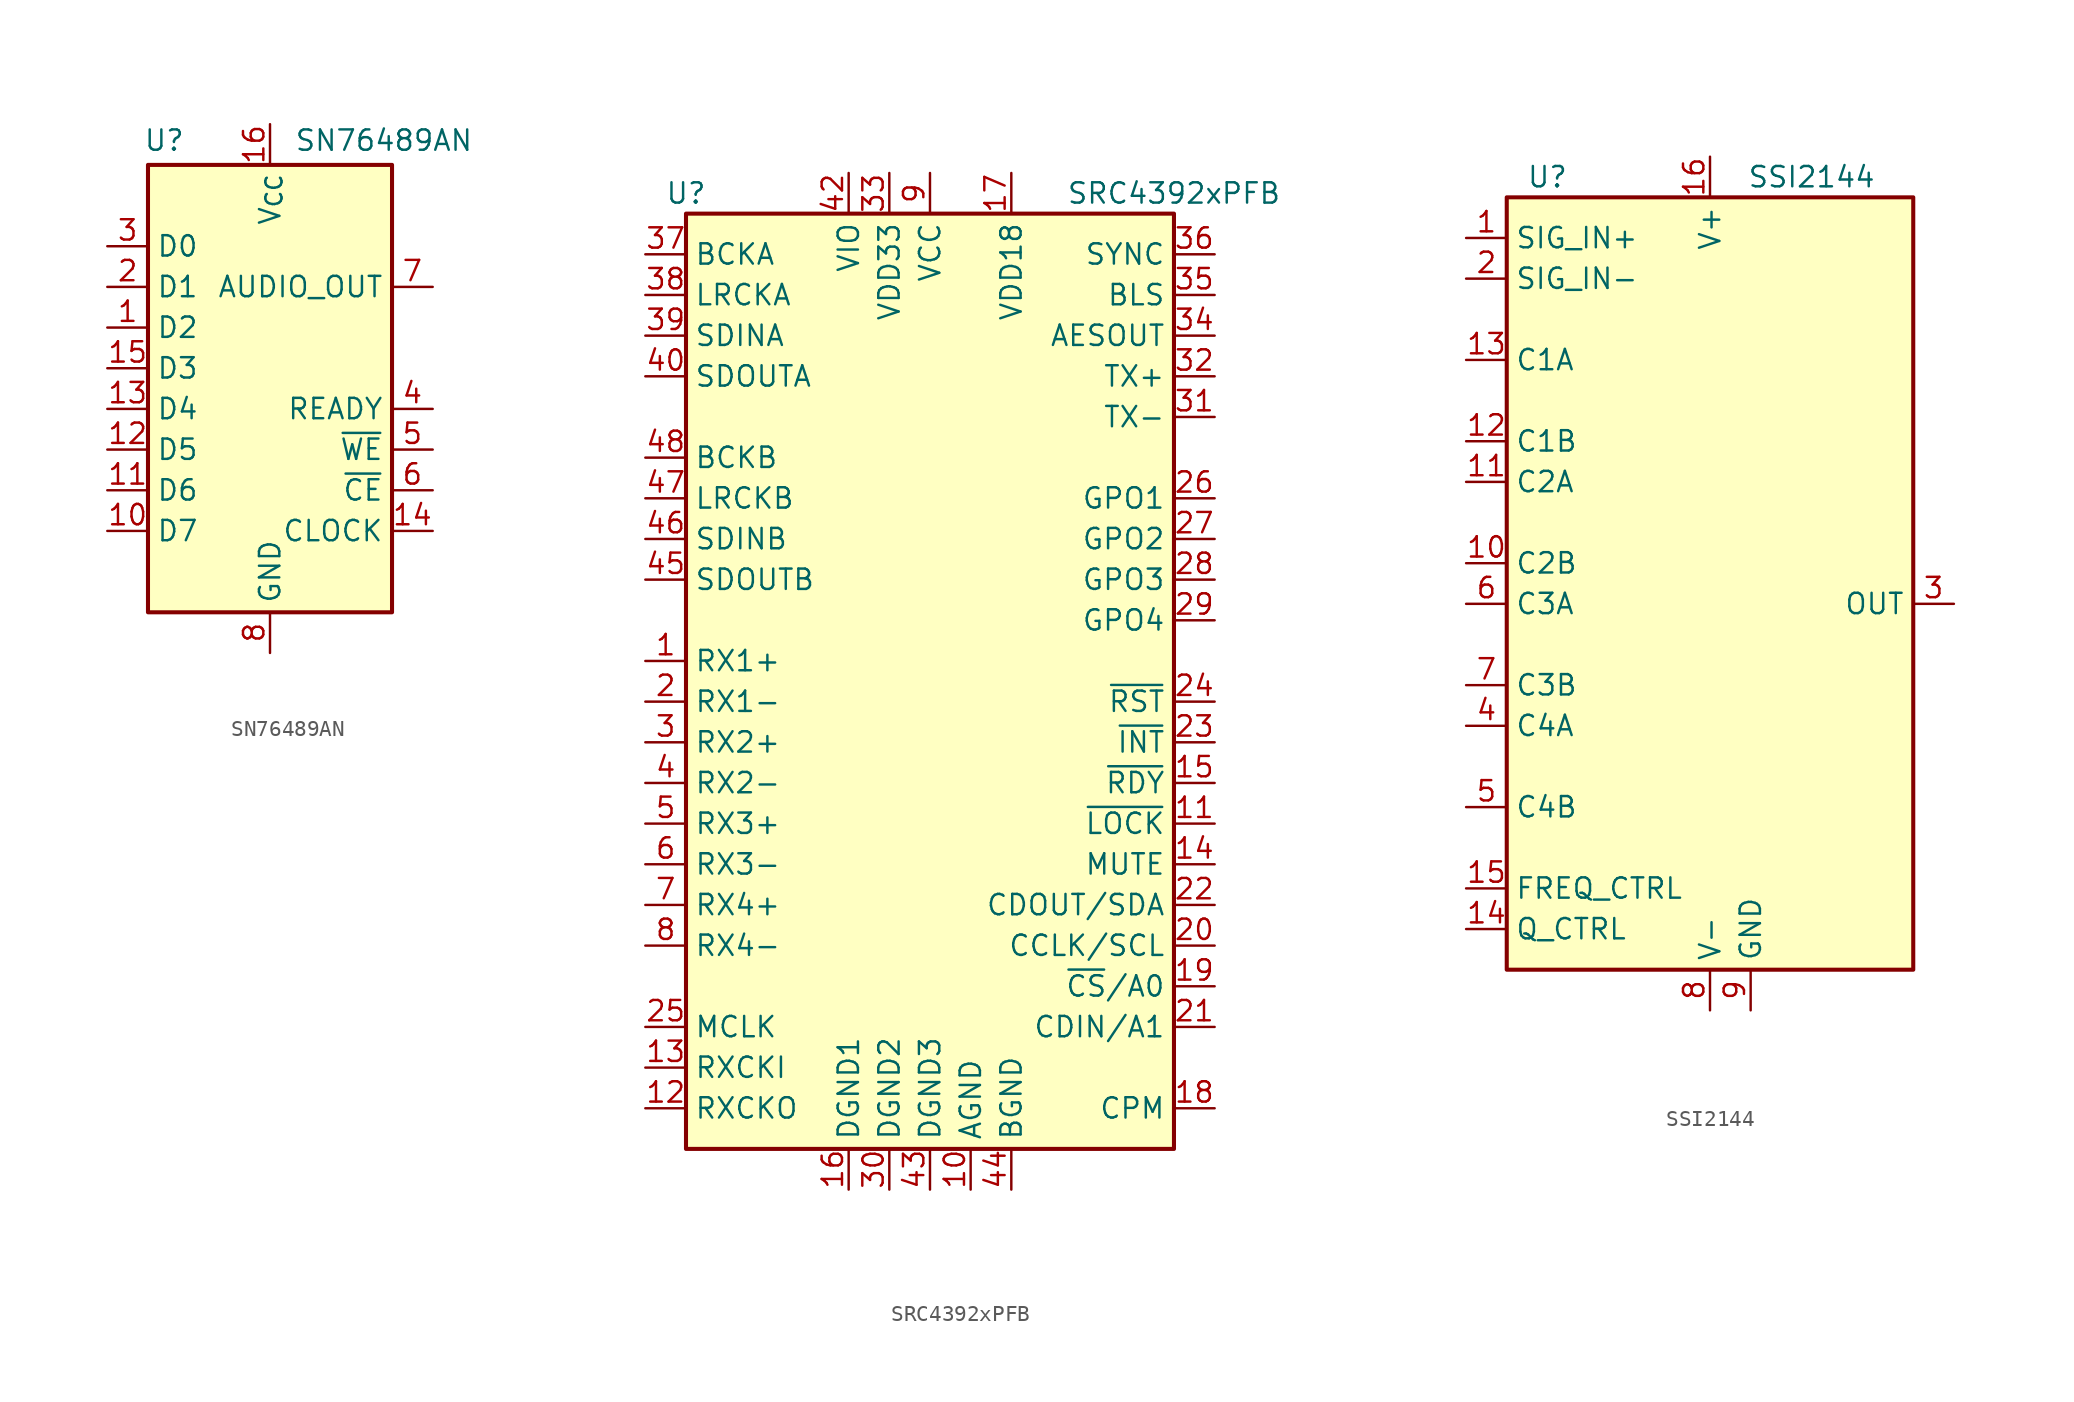
<source format=kicad_sym>
(kicad_symbol_lib
  (version 20241209)
  (generator "kicad_symbol_editor")
  (generator_version "9.0")
  (symbol "SN76489AN"
    (property "Reference" "U"
      (at -6.604 16.764 0)
      (effects (font (size 1.27 1.27))))
    (property "Value" "SN76489AN"
      (at 7.112 16.764 0)
      (effects (font (size 1.27 1.27))))
    (symbol "SN76489AN_0_0"
      (rectangle (start -7.62 15.24) (end 7.62 -12.7) (stroke (width 0.254) (type default)) (fill (type background))))
    (symbol "SN76489AN_1_1"
      (pin input line (at -10.16 10.16 0) (length 2.54) (name "D0" (effects (font (size 1.27 1.27)))) (number "3" (effects (font (size 1.27 1.27)))))
      (pin input line (at -10.16 7.62 0) (length 2.54) (name "D1" (effects (font (size 1.27 1.27)))) (number "2" (effects (font (size 1.27 1.27)))))
      (pin input line (at -10.16 5.08 0) (length 2.54) (name "D2" (effects (font (size 1.27 1.27)))) (number "1" (effects (font (size 1.27 1.27)))))
      (pin input line (at -10.16 2.54 0) (length 2.54) (name "D3" (effects (font (size 1.27 1.27)))) (number "15" (effects (font (size 1.27 1.27)))))
      (pin input line (at -10.16 0 0) (length 2.54) (name "D4" (effects (font (size 1.27 1.27)))) (number "13" (effects (font (size 1.27 1.27)))))
      (pin input line (at -10.16 -2.54 0) (length 2.54) (name "D5" (effects (font (size 1.27 1.27)))) (number "12" (effects (font (size 1.27 1.27)))))
      (pin input line (at -10.16 -5.08 0) (length 2.54) (name "D6" (effects (font (size 1.27 1.27)))) (number "11" (effects (font (size 1.27 1.27)))))
      (pin input line (at -10.16 -7.62 0) (length 2.54) (name "D7" (effects (font (size 1.27 1.27)))) (number "10" (effects (font (size 1.27 1.27)))))
      (pin power_in line (at 0 17.78 270) (length 2.54) (name "V_{CC}" (effects (font (size 1.27 1.27)))) (number "16" (effects (font (size 1.27 1.27)))))
      (pin power_in line (at 0 -15.24 90) (length 2.54) (name "GND" (effects (font (size 1.27 1.27)))) (number "8" (effects (font (size 1.27 1.27)))))
      (pin output line (at 10.16 7.62 180) (length 2.54) (name "AUDIO_OUT" (effects (font (size 1.27 1.27)))) (number "7" (effects (font (size 1.27 1.27)))))
      (pin no_connect line (at 10.16 5.08 180) (length 2.54) (hide yes) (name "NC" (effects (font (size 1.27 1.27)))) (number "9" (effects (font (size 1.27 1.27)))))
      (pin open_collector line (at 10.16 0 180) (length 2.54) (name "READY" (effects (font (size 1.27 1.27)))) (number "4" (effects (font (size 1.27 1.27)))))
      (pin input line (at 10.16 -2.54 180) (length 2.54) (name "~{WE}" (effects (font (size 1.27 1.27)))) (number "5" (effects (font (size 1.27 1.27)))))
      (pin input line (at 10.16 -5.08 180) (length 2.54) (name "~{CE}" (effects (font (size 1.27 1.27)))) (number "6" (effects (font (size 1.27 1.27)))))
      (pin input line (at 10.16 -7.62 180) (length 2.54) (name "CLOCK" (effects (font (size 1.27 1.27)))) (number "14" (effects (font (size 1.27 1.27)))))))
  (symbol "SRC4392xPFB"
    (property "Reference" "U"
      (at -15.24 31.75 0)
      (effects (font (size 1.27 1.27))))
    (property "Value" "SRC4392xPFB"
      (at 15.24 31.75 0)
      (effects (font (size 1.27 1.27))))
    (symbol "SRC4392xPFB_0_1"
      (rectangle (start -15.24 30.48) (end 15.24 -27.94) (stroke (width 0.254) (type default)) (fill (type background))))
    (symbol "SRC4392xPFB_1_1"
      (pin bidirectional line (at -17.78 27.94 0) (length 2.54) (name "BCKA" (effects (font (size 1.27 1.27)))) (number "37" (effects (font (size 1.27 1.27)))))
      (pin bidirectional line (at -17.78 25.4 0) (length 2.54) (name "LRCKA" (effects (font (size 1.27 1.27)))) (number "38" (effects (font (size 1.27 1.27)))))
      (pin input line (at -17.78 22.86 0) (length 2.54) (name "SDINA" (effects (font (size 1.27 1.27)))) (number "39" (effects (font (size 1.27 1.27)))))
      (pin output line (at -17.78 20.32 0) (length 2.54) (name "SDOUTA" (effects (font (size 1.27 1.27)))) (number "40" (effects (font (size 1.27 1.27)))))
      (pin bidirectional line (at -17.78 15.24 0) (length 2.54) (name "BCKB" (effects (font (size 1.27 1.27)))) (number "48" (effects (font (size 1.27 1.27)))))
      (pin bidirectional line (at -17.78 12.7 0) (length 2.54) (name "LRCKB" (effects (font (size 1.27 1.27)))) (number "47" (effects (font (size 1.27 1.27)))))
      (pin input line (at -17.78 10.16 0) (length 2.54) (name "SDINB" (effects (font (size 1.27 1.27)))) (number "46" (effects (font (size 1.27 1.27)))))
      (pin output line (at -17.78 7.62 0) (length 2.54) (name "SDOUTB" (effects (font (size 1.27 1.27)))) (number "45" (effects (font (size 1.27 1.27)))))
      (pin input line (at -17.78 2.54 0) (length 2.54) (name "RX1+" (effects (font (size 1.27 1.27)))) (number "1" (effects (font (size 1.27 1.27)))))
      (pin input line (at -17.78 0 0) (length 2.54) (name "RX1-" (effects (font (size 1.27 1.27)))) (number "2" (effects (font (size 1.27 1.27)))))
      (pin input line (at -17.78 -2.54 0) (length 2.54) (name "RX2+" (effects (font (size 1.27 1.27)))) (number "3" (effects (font (size 1.27 1.27)))))
      (pin input line (at -17.78 -5.08 0) (length 2.54) (name "RX2-" (effects (font (size 1.27 1.27)))) (number "4" (effects (font (size 1.27 1.27)))))
      (pin input line (at -17.78 -7.62 0) (length 2.54) (name "RX3+" (effects (font (size 1.27 1.27)))) (number "5" (effects (font (size 1.27 1.27)))))
      (pin input line (at -17.78 -10.16 0) (length 2.54) (name "RX3-" (effects (font (size 1.27 1.27)))) (number "6" (effects (font (size 1.27 1.27)))))
      (pin input line (at -17.78 -12.7 0) (length 2.54) (name "RX4+" (effects (font (size 1.27 1.27)))) (number "7" (effects (font (size 1.27 1.27)))))
      (pin input line (at -17.78 -15.24 0) (length 2.54) (name "RX4-" (effects (font (size 1.27 1.27)))) (number "8" (effects (font (size 1.27 1.27)))))
      (pin input line (at -17.78 -20.32 0) (length 2.54) (name "MCLK" (effects (font (size 1.27 1.27)))) (number "25" (effects (font (size 1.27 1.27)))))
      (pin input line (at -17.78 -22.86 0) (length 2.54) (name "RXCKI" (effects (font (size 1.27 1.27)))) (number "13" (effects (font (size 1.27 1.27)))))
      (pin output line (at -17.78 -25.4 0) (length 2.54) (name "RXCKO" (effects (font (size 1.27 1.27)))) (number "12" (effects (font (size 1.27 1.27)))))
      (pin power_in line (at -5.08 33.02 270) (length 2.54) (name "VIO" (effects (font (size 1.27 1.27)))) (number "42" (effects (font (size 1.27 1.27)))))
      (pin power_in line (at -5.08 -30.48 90) (length 2.54) (name "DGND1" (effects (font (size 1.27 1.27)))) (number "16" (effects (font (size 1.27 1.27)))))
      (pin power_in line (at -2.54 33.02 270) (length 2.54) (name "VDD33" (effects (font (size 1.27 1.27)))) (number "33" (effects (font (size 1.27 1.27)))))
      (pin power_in line (at -2.54 -30.48 90) (length 2.54) (name "DGND2" (effects (font (size 1.27 1.27)))) (number "30" (effects (font (size 1.27 1.27)))))
      (pin power_in line (at 0 33.02 270) (length 2.54) (name "VCC" (effects (font (size 1.27 1.27)))) (number "9" (effects (font (size 1.27 1.27)))))
      (pin power_in line (at 0 -30.48 90) (length 2.54) (name "DGND3" (effects (font (size 1.27 1.27)))) (number "43" (effects (font (size 1.27 1.27)))))
      (pin power_in line (at 2.54 -30.48 90) (length 2.54) (name "AGND" (effects (font (size 1.27 1.27)))) (number "10" (effects (font (size 1.27 1.27)))))
      (pin power_in line (at 5.08 33.02 270) (length 2.54) (name "VDD18" (effects (font (size 1.27 1.27)))) (number "17" (effects (font (size 1.27 1.27)))))
      (pin power_in line (at 5.08 -30.48 90) (length 2.54) (name "BGND" (effects (font (size 1.27 1.27)))) (number "44" (effects (font (size 1.27 1.27)))))
      (pin no_connect line (at 10.16 -27.94 90) (length 2.54) (hide yes) (name "NC" (effects (font (size 1.27 1.27)))) (number "41" (effects (font (size 1.27 1.27)))))
      (pin output line (at 17.78 27.94 180) (length 2.54) (name "SYNC" (effects (font (size 1.27 1.27)))) (number "36" (effects (font (size 1.27 1.27)))))
      (pin bidirectional line (at 17.78 25.4 180) (length 2.54) (name "BLS" (effects (font (size 1.27 1.27)))) (number "35" (effects (font (size 1.27 1.27)))))
      (pin output line (at 17.78 22.86 180) (length 2.54) (name "AESOUT" (effects (font (size 1.27 1.27)))) (number "34" (effects (font (size 1.27 1.27)))))
      (pin output line (at 17.78 20.32 180) (length 2.54) (name "TX+" (effects (font (size 1.27 1.27)))) (number "32" (effects (font (size 1.27 1.27)))))
      (pin output line (at 17.78 17.78 180) (length 2.54) (name "TX-" (effects (font (size 1.27 1.27)))) (number "31" (effects (font (size 1.27 1.27)))))
      (pin output line (at 17.78 12.7 180) (length 2.54) (name "GPO1" (effects (font (size 1.27 1.27)))) (number "26" (effects (font (size 1.27 1.27)))))
      (pin output line (at 17.78 10.16 180) (length 2.54) (name "GPO2" (effects (font (size 1.27 1.27)))) (number "27" (effects (font (size 1.27 1.27)))))
      (pin output line (at 17.78 7.62 180) (length 2.54) (name "GPO3" (effects (font (size 1.27 1.27)))) (number "28" (effects (font (size 1.27 1.27)))))
      (pin output line (at 17.78 5.08 180) (length 2.54) (name "GPO4" (effects (font (size 1.27 1.27)))) (number "29" (effects (font (size 1.27 1.27)))))
      (pin input line (at 17.78 0 180) (length 2.54) (name "~{RST}" (effects (font (size 1.27 1.27)))) (number "24" (effects (font (size 1.27 1.27)))))
      (pin open_collector line (at 17.78 -2.54 180) (length 2.54) (name "~{INT}" (effects (font (size 1.27 1.27)))) (number "23" (effects (font (size 1.27 1.27)))))
      (pin output line (at 17.78 -5.08 180) (length 2.54) (name "~{RDY}" (effects (font (size 1.27 1.27)))) (number "15" (effects (font (size 1.27 1.27)))))
      (pin output line (at 17.78 -7.62 180) (length 2.54) (name "~{LOCK}" (effects (font (size 1.27 1.27)))) (number "11" (effects (font (size 1.27 1.27)))))
      (pin input line (at 17.78 -10.16 180) (length 2.54) (name "MUTE" (effects (font (size 1.27 1.27)))) (number "14" (effects (font (size 1.27 1.27)))))
      (pin bidirectional line (at 17.78 -12.7 180) (length 2.54) (name "CDOUT/SDA" (effects (font (size 1.27 1.27)))) (number "22" (effects (font (size 1.27 1.27)))))
      (pin input line (at 17.78 -15.24 180) (length 2.54) (name "CCLK/SCL" (effects (font (size 1.27 1.27)))) (number "20" (effects (font (size 1.27 1.27)))))
      (pin input line (at 17.78 -17.78 180) (length 2.54) (name "~{CS}/A0" (effects (font (size 1.27 1.27)))) (number "19" (effects (font (size 1.27 1.27)))))
      (pin input line (at 17.78 -20.32 180) (length 2.54) (name "CDIN/A1" (effects (font (size 1.27 1.27)))) (number "21" (effects (font (size 1.27 1.27)))))
      (pin input line (at 17.78 -25.4 180) (length 2.54) (name "CPM" (effects (font (size 1.27 1.27)))) (number "18" (effects (font (size 1.27 1.27)))))))
  (symbol "SSI2144"
    (property "Reference" "U"
      (at -10.16 26.67 0)
      (effects (font (size 1.27 1.27))))
    (property "Value" "SSI2144"
      (at 6.35 26.67 0)
      (effects (font (size 1.27 1.27))))
    (symbol "SSI2144_0_1"
      (rectangle (start -12.7 25.4) (end 12.7 -22.86) (stroke (width 0.254) (type default)) (fill (type background))))
    (symbol "SSI2144_1_1"
      (pin input line (at -15.24 22.86 0) (length 2.54) (name "SIG_IN+" (effects (font (size 1.27 1.27)))) (number "1" (effects (font (size 1.27 1.27)))))
      (pin input line (at -15.24 20.32 0) (length 2.54) (name "SIG_IN-" (effects (font (size 1.27 1.27)))) (number "2" (effects (font (size 1.27 1.27)))))
      (pin passive line (at -15.24 15.24 0) (length 2.54) (name "C1A" (effects (font (size 1.27 1.27)))) (number "13" (effects (font (size 1.27 1.27)))))
      (pin passive line (at -15.24 10.16 0) (length 2.54) (name "C1B" (effects (font (size 1.27 1.27)))) (number "12" (effects (font (size 1.27 1.27)))))
      (pin passive line (at -15.24 7.62 0) (length 2.54) (name "C2A" (effects (font (size 1.27 1.27)))) (number "11" (effects (font (size 1.27 1.27)))))
      (pin passive line (at -15.24 2.54 0) (length 2.54) (name "C2B" (effects (font (size 1.27 1.27)))) (number "10" (effects (font (size 1.27 1.27)))))
      (pin passive line (at -15.24 0 0) (length 2.54) (name "C3A" (effects (font (size 1.27 1.27)))) (number "6" (effects (font (size 1.27 1.27)))))
      (pin passive line (at -15.24 -5.08 0) (length 2.54) (name "C3B" (effects (font (size 1.27 1.27)))) (number "7" (effects (font (size 1.27 1.27)))))
      (pin passive line (at -15.24 -7.62 0) (length 2.54) (name "C4A" (effects (font (size 1.27 1.27)))) (number "4" (effects (font (size 1.27 1.27)))))
      (pin passive line (at -15.24 -12.7 0) (length 2.54) (name "C4B" (effects (font (size 1.27 1.27)))) (number "5" (effects (font (size 1.27 1.27)))))
      (pin passive line (at -15.24 -17.78 0) (length 2.54) (name "FREQ_CTRL" (effects (font (size 1.27 1.27)))) (number "15" (effects (font (size 1.27 1.27)))))
      (pin passive line (at -15.24 -20.32 0) (length 2.54) (name "Q_CTRL" (effects (font (size 1.27 1.27)))) (number "14" (effects (font (size 1.27 1.27)))))
      (pin power_in line (at 0 27.94 270) (length 2.54) (name "V+" (effects (font (size 1.27 1.27)))) (number "16" (effects (font (size 1.27 1.27)))))
      (pin power_in line (at 0 -25.4 90) (length 2.54) (name "V-" (effects (font (size 1.27 1.27)))) (number "8" (effects (font (size 1.27 1.27)))))
      (pin power_in line (at 2.54 -25.4 90) (length 2.54) (name "GND" (effects (font (size 1.27 1.27)))) (number "9" (effects (font (size 1.27 1.27)))))
      (pin output line (at 15.24 0 180) (length 2.54) (name "OUT" (effects (font (size 1.27 1.27)))) (number "3" (effects (font (size 1.27 1.27))))))))
</source>
